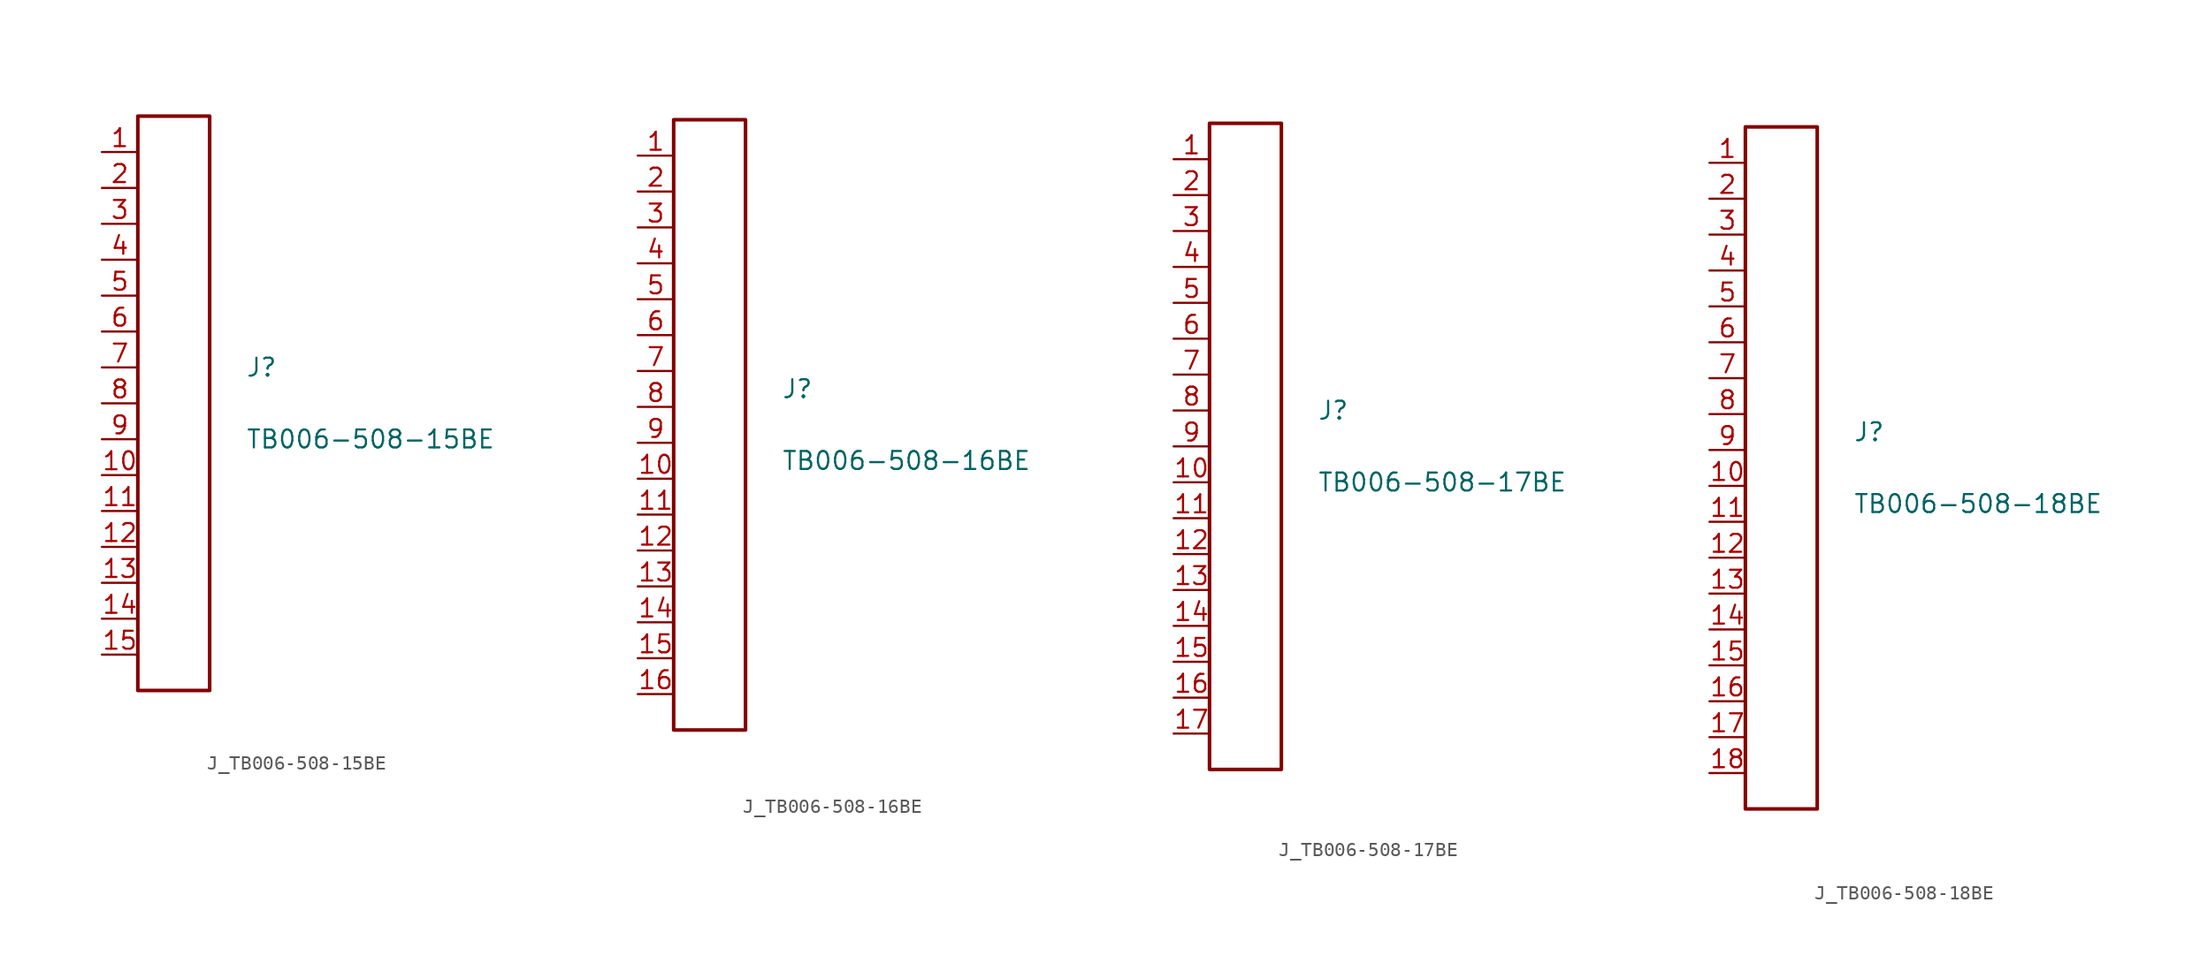
<source format=kicad_sym>
(kicad_symbol_lib
  (version 20231120)
  (generator kicad_symbol_editor)
  (generator_version 8.0)
  (symbol "J_TB006-508-15BE"
    (pin_names
      (offset 0.254))
    (property "Reference" "J"
      (at 5.08 2.54 0)
      (effects (font (size 1.27 1.27)) (justify left)))
    (property "Value" "TB006-508-15BE"
      (at 5.08 -2.54 0)
      (effects (font (size 1.27 1.27)) (justify left)))
    (symbol "J_TB006-508-15BE_0_0"
      (pin unspecified line (at -5.08 17.78 0) (length 2.54) (name "" (effects (font (size 1.27 1.27)))) (number "1" (effects (font (size 1.27 1.27)))))
      (pin unspecified line (at -5.08 15.24 0) (length 2.54) (name "" (effects (font (size 1.27 1.27)))) (number "2" (effects (font (size 1.27 1.27)))))
      (pin unspecified line (at -5.08 12.7 0) (length 2.54) (name "" (effects (font (size 1.27 1.27)))) (number "3" (effects (font (size 1.27 1.27)))))
      (pin unspecified line (at -5.08 10.16 0) (length 2.54) (name "" (effects (font (size 1.27 1.27)))) (number "4" (effects (font (size 1.27 1.27)))))
      (pin unspecified line (at -5.08 7.62 0) (length 2.54) (name "" (effects (font (size 1.27 1.27)))) (number "5" (effects (font (size 1.27 1.27)))))
      (pin unspecified line (at -5.08 5.08 0) (length 2.54) (name "" (effects (font (size 1.27 1.27)))) (number "6" (effects (font (size 1.27 1.27)))))
      (pin unspecified line (at -5.08 2.54 0) (length 2.54) (name "" (effects (font (size 1.27 1.27)))) (number "7" (effects (font (size 1.27 1.27)))))
      (pin unspecified line (at -5.08 0.0 0) (length 2.54) (name "" (effects (font (size 1.27 1.27)))) (number "8" (effects (font (size 1.27 1.27)))))
      (pin unspecified line (at -5.08 -2.54 0) (length 2.54) (name "" (effects (font (size 1.27 1.27)))) (number "9" (effects (font (size 1.27 1.27)))))
      (pin unspecified line (at -5.08 -5.08 0) (length 2.54) (name "" (effects (font (size 1.27 1.27)))) (number "10" (effects (font (size 1.27 1.27)))))
      (pin unspecified line (at -5.08 -7.62 0) (length 2.54) (name "" (effects (font (size 1.27 1.27)))) (number "11" (effects (font (size 1.27 1.27)))))
      (pin unspecified line (at -5.08 -10.16 0) (length 2.54) (name "" (effects (font (size 1.27 1.27)))) (number "12" (effects (font (size 1.27 1.27)))))
      (pin unspecified line (at -5.08 -12.7 0) (length 2.54) (name "" (effects (font (size 1.27 1.27)))) (number "13" (effects (font (size 1.27 1.27)))))
      (pin unspecified line (at -5.08 -15.24 0) (length 2.54) (name "" (effects (font (size 1.27 1.27)))) (number "14" (effects (font (size 1.27 1.27)))))
      (pin unspecified line (at -5.08 -17.78 0) (length 2.54) (name "" (effects (font (size 1.27 1.27)))) (number "15" (effects (font (size 1.27 1.27))))))
    (symbol "J_TB006-508-15BE_1_0"
      (rectangle (start -2.54 20.32) (end 2.54 -20.32) (stroke (width 0.254) (type solid)) (fill (type none)))))
  (symbol "J_TB006-508-16BE"
    (pin_names
      (offset 0.254))
    (property "Reference" "J"
      (at 5.08 2.54 0)
      (effects (font (size 1.27 1.27)) (justify left)))
    (property "Value" "TB006-508-16BE"
      (at 5.08 -2.54 0)
      (effects (font (size 1.27 1.27)) (justify left)))
    (symbol "J_TB006-508-16BE_0_0"
      (pin unspecified line (at -5.08 19.05 0) (length 2.54) (name "" (effects (font (size 1.27 1.27)))) (number "1" (effects (font (size 1.27 1.27)))))
      (pin unspecified line (at -5.08 16.51 0) (length 2.54) (name "" (effects (font (size 1.27 1.27)))) (number "2" (effects (font (size 1.27 1.27)))))
      (pin unspecified line (at -5.08 13.97 0) (length 2.54) (name "" (effects (font (size 1.27 1.27)))) (number "3" (effects (font (size 1.27 1.27)))))
      (pin unspecified line (at -5.08 11.43 0) (length 2.54) (name "" (effects (font (size 1.27 1.27)))) (number "4" (effects (font (size 1.27 1.27)))))
      (pin unspecified line (at -5.08 8.89 0) (length 2.54) (name "" (effects (font (size 1.27 1.27)))) (number "5" (effects (font (size 1.27 1.27)))))
      (pin unspecified line (at -5.08 6.35 0) (length 2.54) (name "" (effects (font (size 1.27 1.27)))) (number "6" (effects (font (size 1.27 1.27)))))
      (pin unspecified line (at -5.08 3.81 0) (length 2.54) (name "" (effects (font (size 1.27 1.27)))) (number "7" (effects (font (size 1.27 1.27)))))
      (pin unspecified line (at -5.08 1.27 0) (length 2.54) (name "" (effects (font (size 1.27 1.27)))) (number "8" (effects (font (size 1.27 1.27)))))
      (pin unspecified line (at -5.08 -1.27 0) (length 2.54) (name "" (effects (font (size 1.27 1.27)))) (number "9" (effects (font (size 1.27 1.27)))))
      (pin unspecified line (at -5.08 -3.81 0) (length 2.54) (name "" (effects (font (size 1.27 1.27)))) (number "10" (effects (font (size 1.27 1.27)))))
      (pin unspecified line (at -5.08 -6.35 0) (length 2.54) (name "" (effects (font (size 1.27 1.27)))) (number "11" (effects (font (size 1.27 1.27)))))
      (pin unspecified line (at -5.08 -8.89 0) (length 2.54) (name "" (effects (font (size 1.27 1.27)))) (number "12" (effects (font (size 1.27 1.27)))))
      (pin unspecified line (at -5.08 -11.43 0) (length 2.54) (name "" (effects (font (size 1.27 1.27)))) (number "13" (effects (font (size 1.27 1.27)))))
      (pin unspecified line (at -5.08 -13.97 0) (length 2.54) (name "" (effects (font (size 1.27 1.27)))) (number "14" (effects (font (size 1.27 1.27)))))
      (pin unspecified line (at -5.08 -16.51 0) (length 2.54) (name "" (effects (font (size 1.27 1.27)))) (number "15" (effects (font (size 1.27 1.27)))))
      (pin unspecified line (at -5.08 -19.05 0) (length 2.54) (name "" (effects (font (size 1.27 1.27)))) (number "16" (effects (font (size 1.27 1.27))))))
    (symbol "J_TB006-508-16BE_1_0"
      (rectangle (start -2.54 21.59) (end 2.54 -21.59) (stroke (width 0.254) (type solid)) (fill (type none)))))
  (symbol "J_TB006-508-17BE"
    (pin_names
      (offset 0.254))
    (property "Reference" "J"
      (at 5.08 2.54 0)
      (effects (font (size 1.27 1.27)) (justify left)))
    (property "Value" "TB006-508-17BE"
      (at 5.08 -2.54 0)
      (effects (font (size 1.27 1.27)) (justify left)))
    (symbol "J_TB006-508-17BE_0_0"
      (pin unspecified line (at -5.08 20.32 0) (length 2.54) (name "" (effects (font (size 1.27 1.27)))) (number "1" (effects (font (size 1.27 1.27)))))
      (pin unspecified line (at -5.08 17.78 0) (length 2.54) (name "" (effects (font (size 1.27 1.27)))) (number "2" (effects (font (size 1.27 1.27)))))
      (pin unspecified line (at -5.08 15.24 0) (length 2.54) (name "" (effects (font (size 1.27 1.27)))) (number "3" (effects (font (size 1.27 1.27)))))
      (pin unspecified line (at -5.08 12.7 0) (length 2.54) (name "" (effects (font (size 1.27 1.27)))) (number "4" (effects (font (size 1.27 1.27)))))
      (pin unspecified line (at -5.08 10.16 0) (length 2.54) (name "" (effects (font (size 1.27 1.27)))) (number "5" (effects (font (size 1.27 1.27)))))
      (pin unspecified line (at -5.08 7.62 0) (length 2.54) (name "" (effects (font (size 1.27 1.27)))) (number "6" (effects (font (size 1.27 1.27)))))
      (pin unspecified line (at -5.08 5.08 0) (length 2.54) (name "" (effects (font (size 1.27 1.27)))) (number "7" (effects (font (size 1.27 1.27)))))
      (pin unspecified line (at -5.08 2.54 0) (length 2.54) (name "" (effects (font (size 1.27 1.27)))) (number "8" (effects (font (size 1.27 1.27)))))
      (pin unspecified line (at -5.08 0.0 0) (length 2.54) (name "" (effects (font (size 1.27 1.27)))) (number "9" (effects (font (size 1.27 1.27)))))
      (pin unspecified line (at -5.08 -2.54 0) (length 2.54) (name "" (effects (font (size 1.27 1.27)))) (number "10" (effects (font (size 1.27 1.27)))))
      (pin unspecified line (at -5.08 -5.08 0) (length 2.54) (name "" (effects (font (size 1.27 1.27)))) (number "11" (effects (font (size 1.27 1.27)))))
      (pin unspecified line (at -5.08 -7.62 0) (length 2.54) (name "" (effects (font (size 1.27 1.27)))) (number "12" (effects (font (size 1.27 1.27)))))
      (pin unspecified line (at -5.08 -10.16 0) (length 2.54) (name "" (effects (font (size 1.27 1.27)))) (number "13" (effects (font (size 1.27 1.27)))))
      (pin unspecified line (at -5.08 -12.7 0) (length 2.54) (name "" (effects (font (size 1.27 1.27)))) (number "14" (effects (font (size 1.27 1.27)))))
      (pin unspecified line (at -5.08 -15.24 0) (length 2.54) (name "" (effects (font (size 1.27 1.27)))) (number "15" (effects (font (size 1.27 1.27)))))
      (pin unspecified line (at -5.08 -17.78 0) (length 2.54) (name "" (effects (font (size 1.27 1.27)))) (number "16" (effects (font (size 1.27 1.27)))))
      (pin unspecified line (at -5.08 -20.32 0) (length 2.54) (name "" (effects (font (size 1.27 1.27)))) (number "17" (effects (font (size 1.27 1.27))))))
    (symbol "J_TB006-508-17BE_1_0"
      (rectangle (start -2.54 22.86) (end 2.54 -22.86) (stroke (width 0.254) (type solid)) (fill (type none)))))
  (symbol "J_TB006-508-18BE"
    (pin_names
      (offset 0.254))
    (property "Reference" "J"
      (at 5.08 2.54 0)
      (effects (font (size 1.27 1.27)) (justify left)))
    (property "Value" "TB006-508-18BE"
      (at 5.08 -2.54 0)
      (effects (font (size 1.27 1.27)) (justify left)))
    (symbol "J_TB006-508-18BE_0_0"
      (pin unspecified line (at -5.08 21.59 0) (length 2.54) (name "" (effects (font (size 1.27 1.27)))) (number "1" (effects (font (size 1.27 1.27)))))
      (pin unspecified line (at -5.08 19.05 0) (length 2.54) (name "" (effects (font (size 1.27 1.27)))) (number "2" (effects (font (size 1.27 1.27)))))
      (pin unspecified line (at -5.08 16.51 0) (length 2.54) (name "" (effects (font (size 1.27 1.27)))) (number "3" (effects (font (size 1.27 1.27)))))
      (pin unspecified line (at -5.08 13.97 0) (length 2.54) (name "" (effects (font (size 1.27 1.27)))) (number "4" (effects (font (size 1.27 1.27)))))
      (pin unspecified line (at -5.08 11.43 0) (length 2.54) (name "" (effects (font (size 1.27 1.27)))) (number "5" (effects (font (size 1.27 1.27)))))
      (pin unspecified line (at -5.08 8.89 0) (length 2.54) (name "" (effects (font (size 1.27 1.27)))) (number "6" (effects (font (size 1.27 1.27)))))
      (pin unspecified line (at -5.08 6.35 0) (length 2.54) (name "" (effects (font (size 1.27 1.27)))) (number "7" (effects (font (size 1.27 1.27)))))
      (pin unspecified line (at -5.08 3.81 0) (length 2.54) (name "" (effects (font (size 1.27 1.27)))) (number "8" (effects (font (size 1.27 1.27)))))
      (pin unspecified line (at -5.08 1.27 0) (length 2.54) (name "" (effects (font (size 1.27 1.27)))) (number "9" (effects (font (size 1.27 1.27)))))
      (pin unspecified line (at -5.08 -1.27 0) (length 2.54) (name "" (effects (font (size 1.27 1.27)))) (number "10" (effects (font (size 1.27 1.27)))))
      (pin unspecified line (at -5.08 -3.81 0) (length 2.54) (name "" (effects (font (size 1.27 1.27)))) (number "11" (effects (font (size 1.27 1.27)))))
      (pin unspecified line (at -5.08 -6.35 0) (length 2.54) (name "" (effects (font (size 1.27 1.27)))) (number "12" (effects (font (size 1.27 1.27)))))
      (pin unspecified line (at -5.08 -8.89 0) (length 2.54) (name "" (effects (font (size 1.27 1.27)))) (number "13" (effects (font (size 1.27 1.27)))))
      (pin unspecified line (at -5.08 -11.43 0) (length 2.54) (name "" (effects (font (size 1.27 1.27)))) (number "14" (effects (font (size 1.27 1.27)))))
      (pin unspecified line (at -5.08 -13.97 0) (length 2.54) (name "" (effects (font (size 1.27 1.27)))) (number "15" (effects (font (size 1.27 1.27)))))
      (pin unspecified line (at -5.08 -16.51 0) (length 2.54) (name "" (effects (font (size 1.27 1.27)))) (number "16" (effects (font (size 1.27 1.27)))))
      (pin unspecified line (at -5.08 -19.05 0) (length 2.54) (name "" (effects (font (size 1.27 1.27)))) (number "17" (effects (font (size 1.27 1.27)))))
      (pin unspecified line (at -5.08 -21.59 0) (length 2.54) (name "" (effects (font (size 1.27 1.27)))) (number "18" (effects (font (size 1.27 1.27))))))
    (symbol "J_TB006-508-18BE_1_0"
      (rectangle (start -2.54 24.13) (end 2.54 -24.13) (stroke (width 0.254) (type solid)) (fill (type none))))))
</source>
